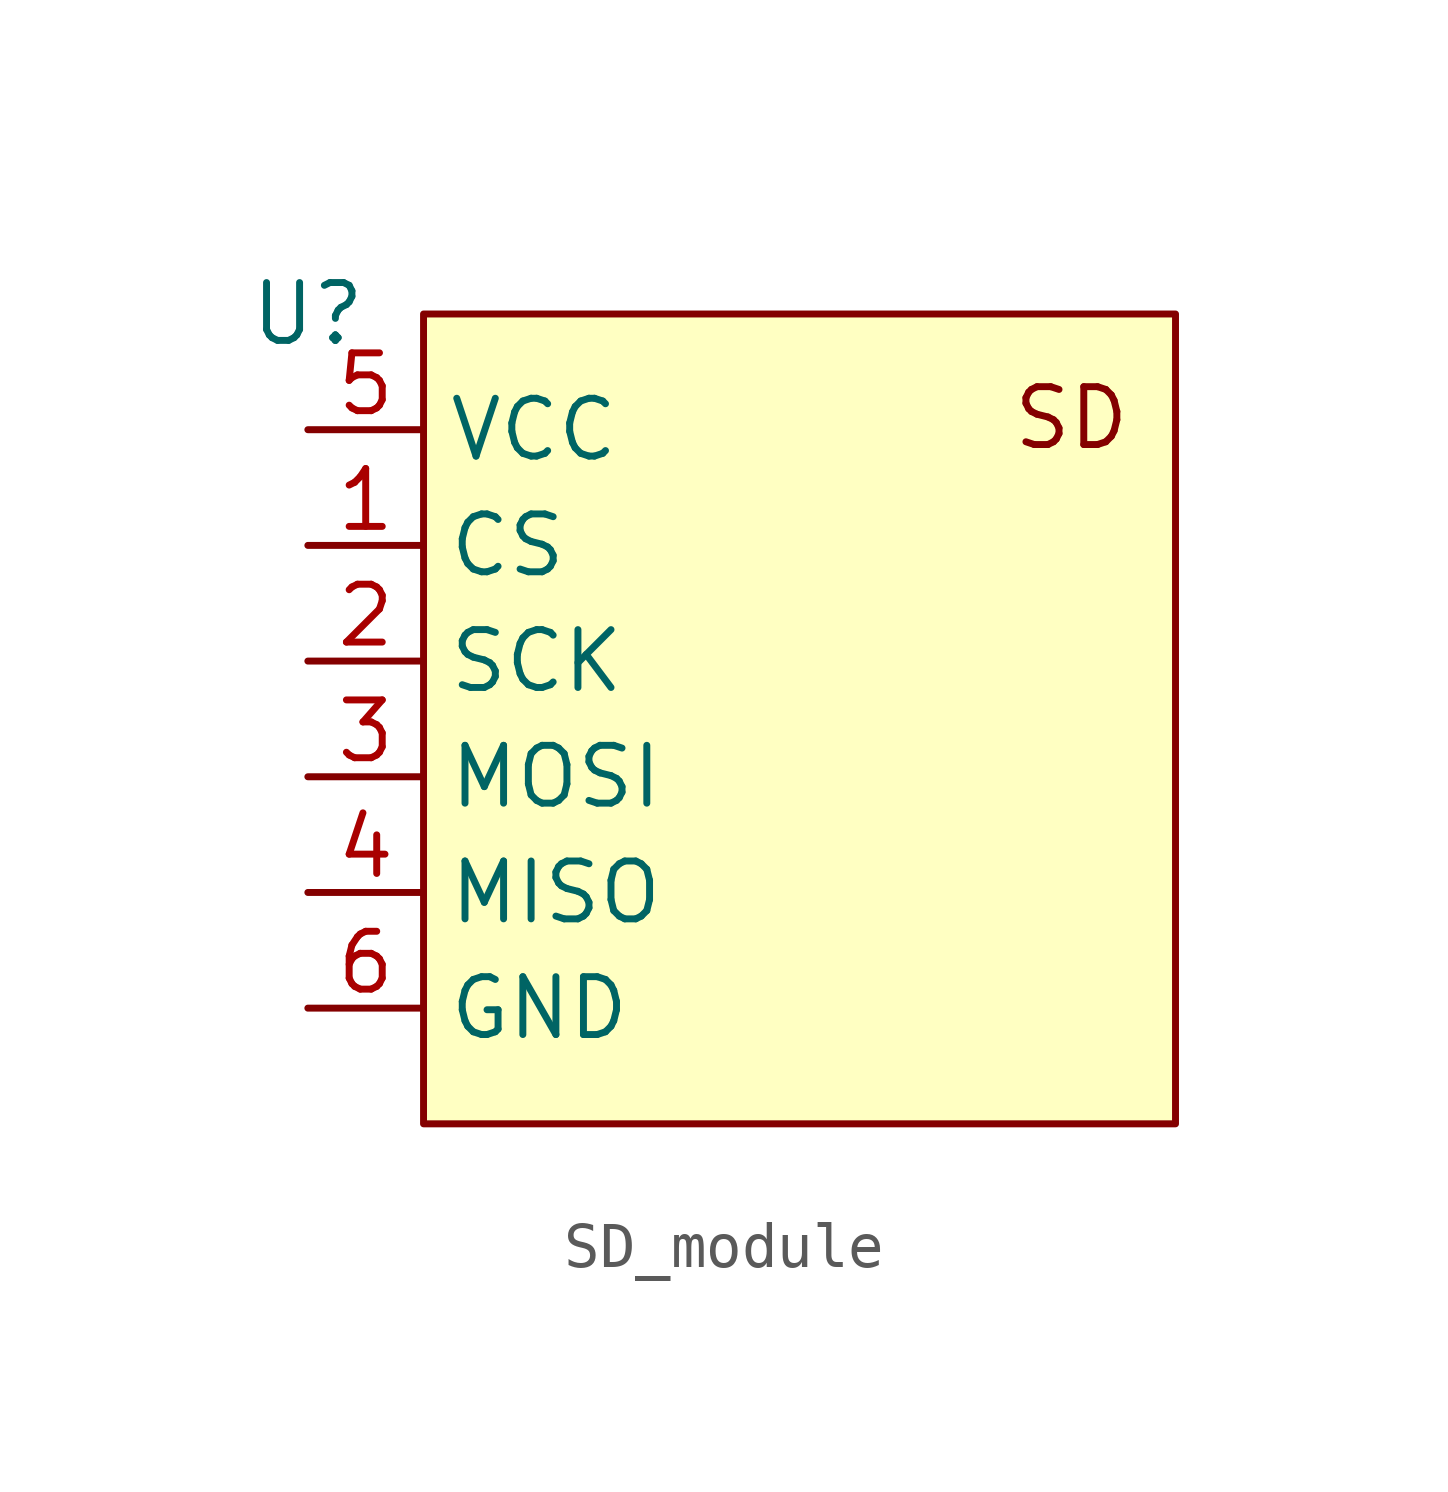
<source format=kicad_sym>
(kicad_symbol_lib
  (version 20231120)
  (generator "kicad_symbol_editor")
  (generator_version "8.0")
  (symbol "SD_module"
    (property "Reference" "U"
      (at 0 0 0)
      (effects (font (size 1.27 1.27))))
    (property "Value" ""
      (at 0 0 0)
      (effects (font (size 1.27 1.27))))
    (symbol "SD_module_1_1"
      (rectangle (start 2.54 0) (end 19.05 -17.78) (stroke (width 0) (type default)) (fill (type background)))
      (text "SD" (at 16.764 -2.286 0) (effects (font (size 1.27 1.27))))
      (pin input line (at 0 -5.08 0) (length 2.54) (name "CS" (effects (font (size 1.27 1.27)))) (number "1" (effects (font (size 1.27 1.27)))))
      (pin input line (at 0 -7.62 0) (length 2.54) (name "SCK" (effects (font (size 1.27 1.27)))) (number "2" (effects (font (size 1.27 1.27)))))
      (pin input line (at 0 -10.16 0) (length 2.54) (name "MOSI" (effects (font (size 1.27 1.27)))) (number "3" (effects (font (size 1.27 1.27)))))
      (pin input line (at 0 -12.7 0) (length 2.54) (name "MISO" (effects (font (size 1.27 1.27)))) (number "4" (effects (font (size 1.27 1.27)))))
      (pin input line (at 0 -2.54 0) (length 2.54) (name "VCC" (effects (font (size 1.27 1.27)))) (number "5" (effects (font (size 1.27 1.27)))))
      (pin input line (at 0 -15.24 0) (length 2.54) (name "GND" (effects (font (size 1.27 1.27)))) (number "6" (effects (font (size 1.27 1.27))))))))
</source>
